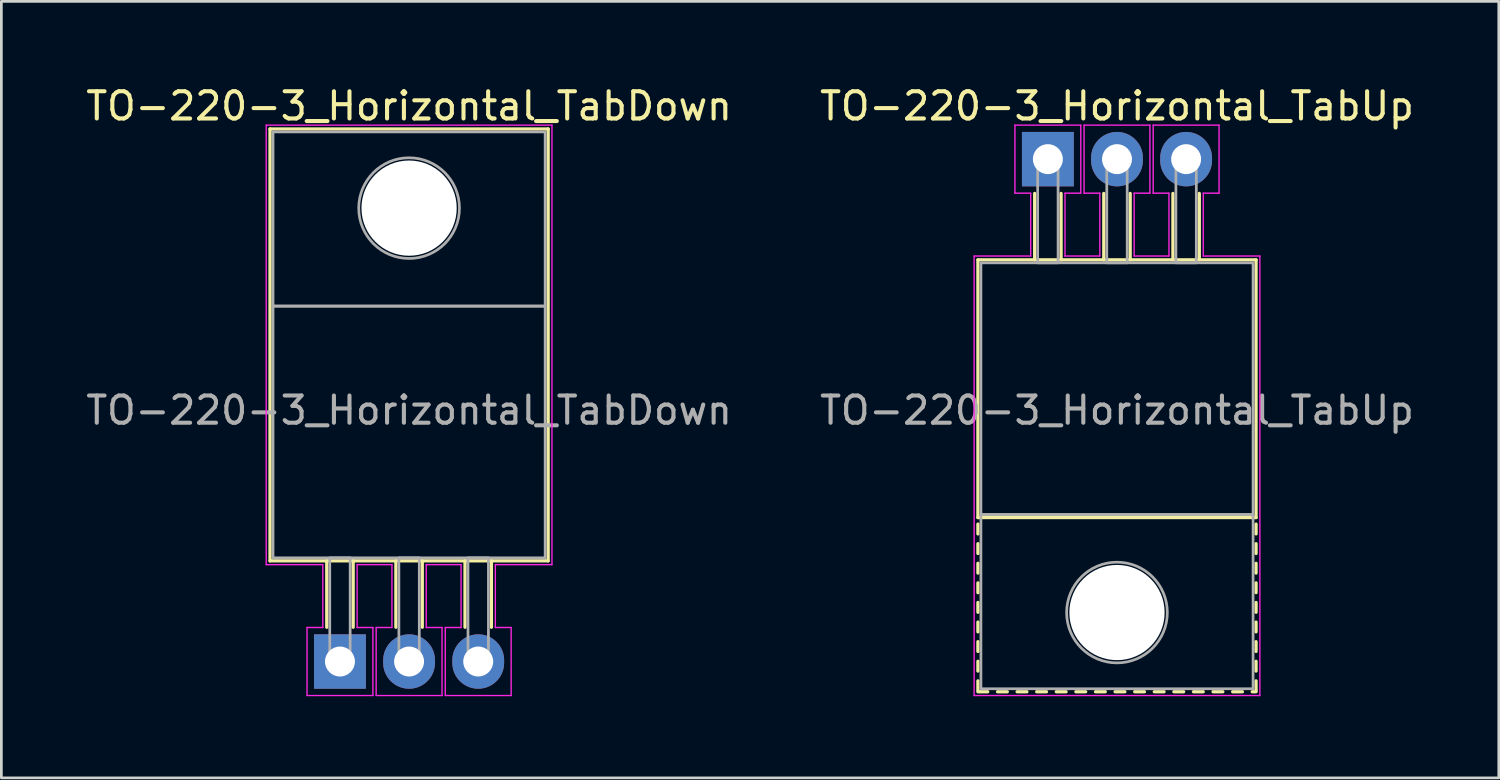
<source format=kicad_pcb>
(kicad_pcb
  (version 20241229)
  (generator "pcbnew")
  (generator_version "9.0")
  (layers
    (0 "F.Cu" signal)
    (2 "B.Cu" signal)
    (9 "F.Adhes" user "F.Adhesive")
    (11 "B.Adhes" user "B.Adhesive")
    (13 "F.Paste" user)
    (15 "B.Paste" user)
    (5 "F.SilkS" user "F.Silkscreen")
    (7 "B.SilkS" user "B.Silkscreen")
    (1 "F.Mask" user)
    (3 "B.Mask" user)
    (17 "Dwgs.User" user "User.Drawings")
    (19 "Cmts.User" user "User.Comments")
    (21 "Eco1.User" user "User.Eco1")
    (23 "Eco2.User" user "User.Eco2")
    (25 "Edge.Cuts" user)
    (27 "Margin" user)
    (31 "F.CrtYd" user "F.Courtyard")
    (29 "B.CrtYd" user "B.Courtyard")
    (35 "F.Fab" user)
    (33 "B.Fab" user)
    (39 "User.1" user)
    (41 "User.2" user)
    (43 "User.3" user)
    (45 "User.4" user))
  (footprint "TO-220-3_Horizontal_TabUp"
    (layer "F.Cu")
    (at 35.454 2.798)
    (property "Reference" "TO-220-3_Horizontal_TabUp" (at 2.54 -1.95 0) (layer "F.SilkS") (effects (font (size 1 1) (thickness 0.15))))
    (attr through_hole)
    (fp_line (start -2.57 3.7) (end -2.57 13.17) (stroke (width 0.12) (type solid)) (layer "F.SilkS"))
    (fp_line (start -2.57 3.7) (end 7.65 3.7) (stroke (width 0.12) (type solid)) (layer "F.SilkS"))
    (fp_line (start -2.57 13.17) (end 7.65 13.17) (stroke (width 0.12) (type solid)) (layer "F.SilkS"))
    (fp_line (start -2.57 13.41) (end -2.57 13.77) (stroke (width 0.12) (type solid)) (layer "F.SilkS"))
    (fp_line (start -2.57 14.13) (end -2.57 14.49) (stroke (width 0.12) (type solid)) (layer "F.SilkS"))
    (fp_line (start -2.57 14.85) (end -2.57 15.21) (stroke (width 0.12) (type solid)) (layer "F.SilkS"))
    (fp_line (start -2.57 15.57) (end -2.57 15.93) (stroke (width 0.12) (type solid)) (layer "F.SilkS"))
    (fp_line (start -2.57 16.29) (end -2.57 16.65) (stroke (width 0.12) (type solid)) (layer "F.SilkS"))
    (fp_line (start -2.57 17.01) (end -2.57 17.37) (stroke (width 0.12) (type solid)) (layer "F.SilkS"))
    (fp_line (start -2.57 17.73) (end -2.57 18.09) (stroke (width 0.12) (type solid)) (layer "F.SilkS"))
    (fp_line (start -2.57 18.45) (end -2.57 18.81) (stroke (width 0.12) (type solid)) (layer "F.SilkS"))
    (fp_line (start -2.57 19.17) (end -2.57 19.53) (stroke (width 0.12) (type solid)) (layer "F.SilkS"))
    (fp_line (start -2.57 19.57) (end -2.21 19.57) (stroke (width 0.12) (type solid)) (layer "F.SilkS"))
    (fp_line (start -1.85 19.57) (end -1.49 19.57) (stroke (width 0.12) (type solid)) (layer "F.SilkS"))
    (fp_line (start -1.13 19.57) (end -0.77 19.57) (stroke (width 0.12) (type solid)) (layer "F.SilkS"))
    (fp_line (start -0.485 3.7) (end -0.485 1.26) (stroke (width 0.12) (type solid)) (layer "F.SilkS"))
    (fp_line (start -0.41 19.57) (end -0.05 19.57) (stroke (width 0.12) (type solid)) (layer "F.SilkS"))
    (fp_line (start 0.31 19.57) (end 0.67 19.57) (stroke (width 0.12) (type solid)) (layer "F.SilkS"))
    (fp_line (start 0.485 3.7) (end 0.485 1.26) (stroke (width 0.12) (type solid)) (layer "F.SilkS"))
    (fp_line (start 1.03 19.57) (end 1.39 19.57) (stroke (width 0.12) (type solid)) (layer "F.SilkS"))
    (fp_line (start 1.75 19.57) (end 2.11 19.57) (stroke (width 0.12) (type solid)) (layer "F.SilkS"))
    (fp_line (start 2.055 3.7) (end 2.055 1.26) (stroke (width 0.12) (type solid)) (layer "F.SilkS"))
    (fp_line (start 2.47 19.57) (end 2.83 19.57) (stroke (width 0.12) (type solid)) (layer "F.SilkS"))
    (fp_line (start 3.025 3.7) (end 3.025 1.26) (stroke (width 0.12) (type solid)) (layer "F.SilkS"))
    (fp_line (start 3.19 19.57) (end 3.55 19.57) (stroke (width 0.12) (type solid)) (layer "F.SilkS"))
    (fp_line (start 3.91 19.57) (end 4.27 19.57) (stroke (width 0.12) (type solid)) (layer "F.SilkS"))
    (fp_line (start 4.595 3.7) (end 4.595 1.26) (stroke (width 0.12) (type solid)) (layer "F.SilkS"))
    (fp_line (start 4.63 19.57) (end 4.99 19.57) (stroke (width 0.12) (type solid)) (layer "F.SilkS"))
    (fp_line (start 5.35 19.57) (end 5.71 19.57) (stroke (width 0.12) (type solid)) (layer "F.SilkS"))
    (fp_line (start 5.565 3.7) (end 5.565 1.26) (stroke (width 0.12) (type solid)) (layer "F.SilkS"))
    (fp_line (start 6.07 19.57) (end 6.43 19.57) (stroke (width 0.12) (type solid)) (layer "F.SilkS"))
    (fp_line (start 6.79 19.57) (end 7.15 19.57) (stroke (width 0.12) (type solid)) (layer "F.SilkS"))
    (fp_line (start 7.51 19.57) (end 7.65 19.57) (stroke (width 0.12) (type solid)) (layer "F.SilkS"))
    (fp_line (start 7.65 3.7) (end 7.65 13.17) (stroke (width 0.12) (type solid)) (layer "F.SilkS"))
    (fp_line (start 7.65 13.41) (end 7.65 13.77) (stroke (width 0.12) (type solid)) (layer "F.SilkS"))
    (fp_line (start 7.65 14.13) (end 7.65 14.49) (stroke (width 0.12) (type solid)) (layer "F.SilkS"))
    (fp_line (start 7.65 14.85) (end 7.65 15.21) (stroke (width 0.12) (type solid)) (layer "F.SilkS"))
    (fp_line (start 7.65 15.57) (end 7.65 15.93) (stroke (width 0.12) (type solid)) (layer "F.SilkS"))
    (fp_line (start 7.65 16.29) (end 7.65 16.65) (stroke (width 0.12) (type solid)) (layer "F.SilkS"))
    (fp_line (start 7.65 17.01) (end 7.65 17.37) (stroke (width 0.12) (type solid)) (layer "F.SilkS"))
    (fp_line (start 7.65 17.73) (end 7.65 18.09) (stroke (width 0.12) (type solid)) (layer "F.SilkS"))
    (fp_line (start 7.65 18.45) (end 7.65 18.81) (stroke (width 0.12) (type solid)) (layer "F.SilkS"))
    (fp_line (start 7.65 19.17) (end 7.65 19.53) (stroke (width 0.12) (type solid)) (layer "F.SilkS"))
    (fp_line (start -2.71 3.56) (end -0.63 3.56) (stroke (width 0.05) (type solid)) (layer "F.CrtYd"))
    (fp_line (start -2.71 19.71) (end -2.71 3.56) (stroke (width 0.05) (type solid)) (layer "F.CrtYd"))
    (fp_line (start -1.21 -1.25) (end 1.21 -1.25) (stroke (width 0.05) (type solid)) (layer "F.CrtYd"))
    (fp_line (start -1.21 1.25) (end -1.21 -1.25) (stroke (width 0.05) (type solid)) (layer "F.CrtYd"))
    (fp_line (start -0.63 1.25) (end -1.21 1.25) (stroke (width 0.05) (type solid)) (layer "F.CrtYd"))
    (fp_line (start -0.63 3.56) (end -0.63 1.25) (stroke (width 0.05) (type solid)) (layer "F.CrtYd"))
    (fp_line (start 0.63 1.25) (end 0.63 3.56) (stroke (width 0.05) (type solid)) (layer "F.CrtYd"))
    (fp_line (start 0.63 3.56) (end 1.91 3.56) (stroke (width 0.05) (type solid)) (layer "F.CrtYd"))
    (fp_line (start 1.21 -1.25) (end 1.21 1.25) (stroke (width 0.05) (type solid)) (layer "F.CrtYd"))
    (fp_line (start 1.21 1.25) (end 0.63 1.25) (stroke (width 0.05) (type solid)) (layer "F.CrtYd"))
    (fp_line (start 1.33 -1.25) (end 3.75 -1.25) (stroke (width 0.05) (type solid)) (layer "F.CrtYd"))
    (fp_line (start 1.33 1.25) (end 1.33 -1.25) (stroke (width 0.05) (type solid)) (layer "F.CrtYd"))
    (fp_line (start 1.91 1.25) (end 1.33 1.25) (stroke (width 0.05) (type solid)) (layer "F.CrtYd"))
    (fp_line (start 1.91 3.56) (end 1.91 1.25) (stroke (width 0.05) (type solid)) (layer "F.CrtYd"))
    (fp_line (start 3.17 1.25) (end 3.17 3.56) (stroke (width 0.05) (type solid)) (layer "F.CrtYd"))
    (fp_line (start 3.17 3.56) (end 4.45 3.56) (stroke (width 0.05) (type solid)) (layer "F.CrtYd"))
    (fp_line (start 3.75 -1.25) (end 3.75 1.25) (stroke (width 0.05) (type solid)) (layer "F.CrtYd"))
    (fp_line (start 3.75 1.25) (end 3.17 1.25) (stroke (width 0.05) (type solid)) (layer "F.CrtYd"))
    (fp_line (start 3.87 -1.25) (end 6.29 -1.25) (stroke (width 0.05) (type solid)) (layer "F.CrtYd"))
    (fp_line (start 3.87 1.25) (end 3.87 -1.25) (stroke (width 0.05) (type solid)) (layer "F.CrtYd"))
    (fp_line (start 4.45 1.25) (end 3.87 1.25) (stroke (width 0.05) (type solid)) (layer "F.CrtYd"))
    (fp_line (start 4.45 3.56) (end 4.45 1.25) (stroke (width 0.05) (type solid)) (layer "F.CrtYd"))
    (fp_line (start 5.71 1.25) (end 5.71 3.56) (stroke (width 0.05) (type solid)) (layer "F.CrtYd"))
    (fp_line (start 5.71 3.56) (end 7.79 3.56) (stroke (width 0.05) (type solid)) (layer "F.CrtYd"))
    (fp_line (start 6.29 -1.25) (end 6.29 1.25) (stroke (width 0.05) (type solid)) (layer "F.CrtYd"))
    (fp_line (start 6.29 1.25) (end 5.71 1.25) (stroke (width 0.05) (type solid)) (layer "F.CrtYd"))
    (fp_line (start 7.79 3.56) (end 7.79 19.71) (stroke (width 0.05) (type solid)) (layer "F.CrtYd"))
    (fp_line (start 7.79 19.71) (end -2.71 19.71) (stroke (width 0.05) (type solid)) (layer "F.CrtYd"))
    (fp_rect (start -2.46 3.81) (end 7.54 13.06) (stroke (width 0.1) (type solid)) (fill no) (layer "F.Fab"))
    (fp_rect (start -2.46 13.06) (end 7.54 19.46) (stroke (width 0.1) (type solid)) (fill no) (layer "F.Fab"))
    (fp_rect (start -0.375 0) (end 0.375 3.81) (stroke (width 0.1) (type solid)) (fill no) (layer "F.Fab"))
    (fp_rect (start 2.165 0) (end 2.915 3.81) (stroke (width 0.1) (type solid)) (fill no) (layer "F.Fab"))
    (fp_rect (start 4.705 0) (end 5.455 3.81) (stroke (width 0.1) (type solid)) (fill no) (layer "F.Fab"))
    (fp_circle (center 2.54 16.66) (end 4.39 16.66) (stroke (width 0.1) (type solid)) (fill no) (layer "F.Fab"))
    (fp_text user "${REFERENCE}" (at 2.54 9.23 0) (layer "F.Fab") (effects (font (size 1 1) (thickness 0.15))))
    (pad "" np_thru_hole circle (at 2.54 16.66) (size 3.5 3.5) (drill 3.5) (layers "*.Cu" "*.Mask"))
    (pad "1" thru_hole rect (at 0 0) (size 1.905 2) (drill 1.1) (layers "*.Cu" "*.Mask"))
    (pad "2" thru_hole oval (at 2.54 0) (size 1.905 2) (drill 1.1) (layers "*.Cu" "*.Mask"))
    (pad "3" thru_hole oval (at 5.08 0) (size 1.905 2) (drill 1.1) (layers "*.Cu" "*.Mask")))
  (footprint "TO-220-3_Horizontal_TabDown"
    (layer "F.Cu")
    (at 9.442 21.258)
    (property "Reference" "TO-220-3_Horizontal_TabDown" (at 2.54 -20.41 0) (layer "F.SilkS") (effects (font (size 1 1) (thickness 0.15))))
    (attr through_hole)
    (fp_line (start -2.57 -19.57) (end 7.65 -19.57) (stroke (width 0.12) (type solid)) (layer "F.SilkS"))
    (fp_line (start -2.57 -3.7) (end -2.57 -19.57) (stroke (width 0.12) (type solid)) (layer "F.SilkS"))
    (fp_line (start -2.57 -3.7) (end 7.65 -3.7) (stroke (width 0.12) (type solid)) (layer "F.SilkS"))
    (fp_line (start -0.485 -3.7) (end -0.485 -1.26) (stroke (width 0.12) (type solid)) (layer "F.SilkS"))
    (fp_line (start 0.485 -3.7) (end 0.485 -1.26) (stroke (width 0.12) (type solid)) (layer "F.SilkS"))
    (fp_line (start 2.055 -3.7) (end 2.055 -1.26) (stroke (width 0.12) (type solid)) (layer "F.SilkS"))
    (fp_line (start 3.025 -3.7) (end 3.025 -1.26) (stroke (width 0.12) (type solid)) (layer "F.SilkS"))
    (fp_line (start 4.595 -3.7) (end 4.595 -1.26) (stroke (width 0.12) (type solid)) (layer "F.SilkS"))
    (fp_line (start 5.565 -3.7) (end 5.565 -1.26) (stroke (width 0.12) (type solid)) (layer "F.SilkS"))
    (fp_line (start 7.65 -3.7) (end 7.65 -19.57) (stroke (width 0.12) (type solid)) (layer "F.SilkS"))
    (fp_line (start -2.71 -19.71) (end 7.79 -19.71) (stroke (width 0.05) (type solid)) (layer "F.CrtYd"))
    (fp_line (start -2.71 -3.56) (end -2.71 -19.71) (stroke (width 0.05) (type solid)) (layer "F.CrtYd"))
    (fp_line (start -1.21 -1.25) (end -0.63 -1.25) (stroke (width 0.05) (type solid)) (layer "F.CrtYd"))
    (fp_line (start -1.21 1.25) (end -1.21 -1.25) (stroke (width 0.05) (type solid)) (layer "F.CrtYd"))
    (fp_line (start -0.63 -3.56) (end -2.71 -3.56) (stroke (width 0.05) (type solid)) (layer "F.CrtYd"))
    (fp_line (start -0.63 -1.25) (end -0.63 -3.56) (stroke (width 0.05) (type solid)) (layer "F.CrtYd"))
    (fp_line (start 0.63 -3.56) (end 0.63 -1.25) (stroke (width 0.05) (type solid)) (layer "F.CrtYd"))
    (fp_line (start 0.63 -1.25) (end 1.21 -1.25) (stroke (width 0.05) (type solid)) (layer "F.CrtYd"))
    (fp_line (start 1.21 -1.25) (end 1.21 1.25) (stroke (width 0.05) (type solid)) (layer "F.CrtYd"))
    (fp_line (start 1.21 1.25) (end -1.21 1.25) (stroke (width 0.05) (type solid)) (layer "F.CrtYd"))
    (fp_line (start 1.33 -1.25) (end 1.91 -1.25) (stroke (width 0.05) (type solid)) (layer "F.CrtYd"))
    (fp_line (start 1.33 1.25) (end 1.33 -1.25) (stroke (width 0.05) (type solid)) (layer "F.CrtYd"))
    (fp_line (start 1.91 -3.56) (end 0.63 -3.56) (stroke (width 0.05) (type solid)) (layer "F.CrtYd"))
    (fp_line (start 1.91 -1.25) (end 1.91 -3.56) (stroke (width 0.05) (type solid)) (layer "F.CrtYd"))
    (fp_line (start 3.17 -3.56) (end 3.17 -1.25) (stroke (width 0.05) (type solid)) (layer "F.CrtYd"))
    (fp_line (start 3.17 -1.25) (end 3.75 -1.25) (stroke (width 0.05) (type solid)) (layer "F.CrtYd"))
    (fp_line (start 3.75 -1.25) (end 3.75 1.25) (stroke (width 0.05) (type solid)) (layer "F.CrtYd"))
    (fp_line (start 3.75 1.25) (end 1.33 1.25) (stroke (width 0.05) (type solid)) (layer "F.CrtYd"))
    (fp_line (start 3.87 -1.25) (end 4.45 -1.25) (stroke (width 0.05) (type solid)) (layer "F.CrtYd"))
    (fp_line (start 3.87 1.25) (end 3.87 -1.25) (stroke (width 0.05) (type solid)) (layer "F.CrtYd"))
    (fp_line (start 4.45 -3.56) (end 3.17 -3.56) (stroke (width 0.05) (type solid)) (layer "F.CrtYd"))
    (fp_line (start 4.45 -1.25) (end 4.45 -3.56) (stroke (width 0.05) (type solid)) (layer "F.CrtYd"))
    (fp_line (start 5.71 -3.56) (end 5.71 -1.25) (stroke (width 0.05) (type solid)) (layer "F.CrtYd"))
    (fp_line (start 5.71 -1.25) (end 6.29 -1.25) (stroke (width 0.05) (type solid)) (layer "F.CrtYd"))
    (fp_line (start 6.29 -1.25) (end 6.29 1.25) (stroke (width 0.05) (type solid)) (layer "F.CrtYd"))
    (fp_line (start 6.29 1.25) (end 3.87 1.25) (stroke (width 0.05) (type solid)) (layer "F.CrtYd"))
    (fp_line (start 7.79 -19.71) (end 7.79 -3.56) (stroke (width 0.05) (type solid)) (layer "F.CrtYd"))
    (fp_line (start 7.79 -3.56) (end 5.71 -3.56) (stroke (width 0.05) (type solid)) (layer "F.CrtYd"))
    (fp_rect (start -2.46 -19.46) (end 7.54 -13.06) (stroke (width 0.1) (type solid)) (fill no) (layer "F.Fab"))
    (fp_rect (start -2.46 -13.06) (end 7.54 -3.81) (stroke (width 0.1) (type solid)) (fill no) (layer "F.Fab"))
    (fp_rect (start -0.375 -3.81) (end 0.375 0) (stroke (width 0.1) (type solid)) (fill no) (layer "F.Fab"))
    (fp_rect (start 2.165 -3.81) (end 2.915 0) (stroke (width 0.1) (type solid)) (fill no) (layer "F.Fab"))
    (fp_rect (start 4.705 -3.81) (end 5.455 0) (stroke (width 0.1) (type solid)) (fill no) (layer "F.Fab"))
    (fp_circle (center 2.54 -16.66) (end 4.39 -16.66) (stroke (width 0.1) (type solid)) (fill no) (layer "F.Fab"))
    (fp_text user "${REFERENCE}" (at 2.54 -9.23 0) (layer "F.Fab") (effects (font (size 1 1) (thickness 0.15))))
    (pad "" np_thru_hole circle (at 2.54 -16.66) (size 3.5 3.5) (drill 3.5) (layers "*.Cu" "*.Mask"))
    (pad "1" thru_hole rect (at 0 0) (size 1.905 2) (drill 1.1) (layers "*.Cu" "*.Mask"))
    (pad "2" thru_hole oval (at 2.54 0) (size 1.905 2) (drill 1.1) (layers "*.Cu" "*.Mask"))
    (pad "3" thru_hole oval (at 5.08 0) (size 1.905 2) (drill 1.1) (layers "*.Cu" "*.Mask")))
  (gr_rect
    (start -3 -3)
    (end 52.024 25.533)
    (stroke (width 0.1) (type default))
    (fill no)
    (layer "Edge.Cuts")))
</source>
